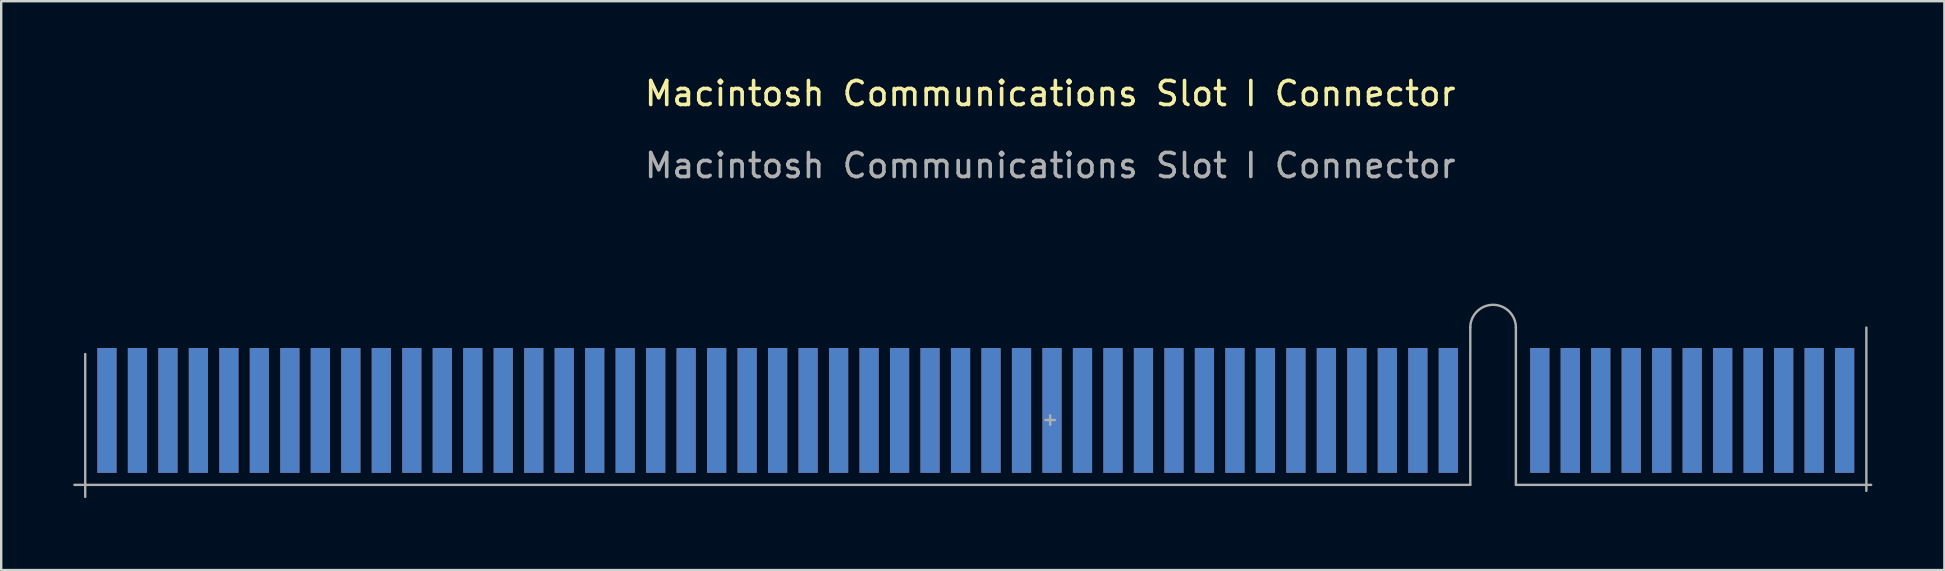
<source format=kicad_pcb>
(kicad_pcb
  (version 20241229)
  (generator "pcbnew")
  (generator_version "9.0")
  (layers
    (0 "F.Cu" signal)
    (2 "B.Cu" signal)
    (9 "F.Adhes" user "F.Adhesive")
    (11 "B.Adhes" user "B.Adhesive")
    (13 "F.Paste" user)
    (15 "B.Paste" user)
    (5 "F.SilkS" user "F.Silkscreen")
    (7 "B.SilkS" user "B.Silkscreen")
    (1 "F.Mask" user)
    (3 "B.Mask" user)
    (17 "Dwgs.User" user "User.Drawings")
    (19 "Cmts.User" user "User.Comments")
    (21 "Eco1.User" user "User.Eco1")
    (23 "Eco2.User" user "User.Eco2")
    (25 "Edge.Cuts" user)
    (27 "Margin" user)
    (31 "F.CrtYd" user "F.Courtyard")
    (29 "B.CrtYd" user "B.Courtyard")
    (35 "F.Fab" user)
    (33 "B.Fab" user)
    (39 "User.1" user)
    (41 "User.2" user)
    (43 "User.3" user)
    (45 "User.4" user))
  (footprint "Macintosh Communications Slot I Connector"
    (layer "F.Cu")
    (at 57.35 16.348)
    (property "Reference" "Macintosh Communications Slot I Connector" (at -16.65 -15.5 0) (unlocked yes) (layer "F.SilkS") (effects (font (size 1 1) (thickness 0.15))))
    (attr smd)
    (fp_rect (start 17.45 0.9) (end -56.95 -5.14) (stroke (width 0.12) (type solid)) (fill yes) (layer "F.Mask"))
    (fp_rect (start 17.45 0.9) (end -56.95 -5.14) (stroke (width 0.12) (type solid)) (fill yes) (layer "B.Mask"))
    (fp_line (start -57.3 0.8) (end 0.85 0.8) (stroke (width 0.1) (type solid)) (layer "F.Fab"))
    (fp_line (start -56.85 1.3) (end -56.85 -4.65) (stroke (width 0.1) (type solid)) (layer "F.Fab"))
    (fp_line (start -16.85 -1.9) (end -16.45 -1.9) (stroke (width 0.1) (type default)) (layer "F.Fab"))
    (fp_line (start -16.65 -2.1) (end -16.65 -1.7) (stroke (width 0.1) (type default)) (layer "F.Fab"))
    (fp_line (start 0.85 0.8) (end 0.85 -5.75) (stroke (width 0.1) (type solid)) (layer "F.Fab"))
    (fp_line (start 2.75 -5.75) (end 2.75 0.8) (stroke (width 0.1) (type solid)) (layer "F.Fab"))
    (fp_line (start 2.75 0.8) (end 17.55 0.8) (stroke (width 0.1) (type solid)) (layer "F.Fab"))
    (fp_line (start 17.35 1.05) (end 17.35 -5.75) (stroke (width 0.1) (type solid)) (layer "F.Fab"))
    (fp_arc (start 0.85 -5.75) (mid 1.8 -6.7) (end 2.75 -5.75) (stroke (width 0.1) (type solid)) (layer "F.Fab"))
    (fp_text user "${REFERENCE}" (at -16.65 -12.5 0) (unlocked yes) (layer "F.Fab") (effects (font (size 1 1) (thickness 0.15))))
    (pad "1" connect rect (at -55.945 -2.3) (size 0.8 5.2) (layers "B.Cu" "B.Mask"))
    (pad "2" connect rect (at -55.945 -2.3) (size 0.8 5.2) (layers "F.Cu" "F.Mask"))
    (pad "3" connect rect (at -54.675 -2.3) (size 0.8 5.2) (layers "B.Cu" "B.Mask"))
    (pad "4" connect rect (at -54.675 -2.3) (size 0.8 5.2) (layers "F.Cu" "F.Mask"))
    (pad "5" connect rect (at -53.405 -2.3) (size 0.8 5.2) (layers "B.Cu" "B.Mask"))
    (pad "6" connect rect (at -53.405 -2.3) (size 0.8 5.2) (layers "F.Cu" "F.Mask"))
    (pad "7" connect rect (at -52.135 -2.3) (size 0.8 5.2) (layers "B.Cu" "B.Mask"))
    (pad "8" connect rect (at -52.135 -2.3) (size 0.8 5.2) (layers "F.Cu" "F.Mask"))
    (pad "9" connect rect (at -50.865 -2.3) (size 0.8 5.2) (layers "B.Cu" "B.Mask"))
    (pad "10" connect rect (at -50.865 -2.3) (size 0.8 5.2) (layers "F.Cu" "F.Mask"))
    (pad "11" connect rect (at -49.595 -2.3) (size 0.8 5.2) (layers "B.Cu" "B.Mask"))
    (pad "12" connect rect (at -49.595 -2.3) (size 0.8 5.2) (layers "F.Cu" "F.Mask"))
    (pad "13" connect rect (at -48.325 -2.3) (size 0.8 5.2) (layers "B.Cu" "B.Mask"))
    (pad "14" connect rect (at -48.325 -2.3) (size 0.8 5.2) (layers "F.Cu" "F.Mask"))
    (pad "15" connect rect (at -47.055 -2.3) (size 0.8 5.2) (layers "B.Cu" "B.Mask"))
    (pad "16" connect rect (at -47.055 -2.3) (size 0.8 5.2) (layers "F.Cu" "F.Mask"))
    (pad "17" connect rect (at -45.785 -2.3) (size 0.8 5.2) (layers "B.Cu" "B.Mask"))
    (pad "18" connect rect (at -45.785 -2.3) (size 0.8 5.2) (layers "F.Cu" "F.Mask"))
    (pad "19" connect rect (at -44.515 -2.3) (size 0.8 5.2) (layers "B.Cu" "B.Mask"))
    (pad "20" connect rect (at -44.515 -2.3) (size 0.8 5.2) (layers "F.Cu" "F.Mask"))
    (pad "21" connect rect (at -43.245 -2.3) (size 0.8 5.2) (layers "B.Cu" "B.Mask"))
    (pad "22" connect rect (at -43.245 -2.3) (size 0.8 5.2) (layers "F.Cu" "F.Mask"))
    (pad "23" connect rect (at -41.975 -2.3) (size 0.8 5.2) (layers "B.Cu" "B.Mask"))
    (pad "24" connect rect (at -41.975 -2.3) (size 0.8 5.2) (layers "F.Cu" "F.Mask"))
    (pad "25" connect rect (at -40.705 -2.3) (size 0.8 5.2) (layers "B.Cu" "B.Mask"))
    (pad "26" connect rect (at -40.705 -2.3) (size 0.8 5.2) (layers "F.Cu" "F.Mask"))
    (pad "27" connect rect (at -39.435 -2.3) (size 0.8 5.2) (layers "B.Cu" "B.Mask"))
    (pad "28" connect rect (at -39.435 -2.3) (size 0.8 5.2) (layers "F.Cu" "F.Mask"))
    (pad "29" connect rect (at -38.165 -2.3) (size 0.8 5.2) (layers "B.Cu" "B.Mask"))
    (pad "30" connect rect (at -38.165 -2.3) (size 0.8 5.2) (layers "F.Cu" "F.Mask"))
    (pad "31" connect rect (at -36.895 -2.3) (size 0.8 5.2) (layers "B.Cu" "B.Mask"))
    (pad "32" connect rect (at -36.895 -2.3) (size 0.8 5.2) (layers "F.Cu" "F.Mask"))
    (pad "33" connect rect (at -35.625 -2.3) (size 0.8 5.2) (layers "B.Cu" "B.Mask"))
    (pad "34" connect rect (at -35.625 -2.3) (size 0.8 5.2) (layers "F.Cu" "F.Mask"))
    (pad "35" connect rect (at -34.355 -2.3) (size 0.8 5.2) (layers "B.Cu" "B.Mask"))
    (pad "36" connect rect (at -34.355 -2.3) (size 0.8 5.2) (layers "F.Cu" "F.Mask"))
    (pad "37" connect rect (at -33.085 -2.3) (size 0.8 5.2) (layers "B.Cu" "B.Mask"))
    (pad "38" connect rect (at -33.085 -2.3) (size 0.8 5.2) (layers "F.Cu" "F.Mask"))
    (pad "39" connect rect (at -31.815 -2.3) (size 0.8 5.2) (layers "B.Cu" "B.Mask"))
    (pad "40" connect rect (at -31.815 -2.3) (size 0.8 5.2) (layers "F.Cu" "F.Mask"))
    (pad "41" connect rect (at -30.545 -2.3) (size 0.8 5.2) (layers "B.Cu" "B.Mask"))
    (pad "42" connect rect (at -30.545 -2.3) (size 0.8 5.2) (layers "F.Cu" "F.Mask"))
    (pad "43" connect rect (at -29.275 -2.3) (size 0.8 5.2) (layers "B.Cu" "B.Mask"))
    (pad "44" connect rect (at -29.275 -2.3) (size 0.8 5.2) (layers "F.Cu" "F.Mask"))
    (pad "45" connect rect (at -28.005 -2.3) (size 0.8 5.2) (layers "B.Cu" "B.Mask"))
    (pad "46" connect rect (at -28.005 -2.3) (size 0.8 5.2) (layers "F.Cu" "F.Mask"))
    (pad "47" connect rect (at -26.735 -2.3) (size 0.8 5.2) (layers "B.Cu" "B.Mask"))
    (pad "48" connect rect (at -26.735 -2.3) (size 0.8 5.2) (layers "F.Cu" "F.Mask"))
    (pad "49" connect rect (at -25.465 -2.3) (size 0.8 5.2) (layers "B.Cu" "B.Mask"))
    (pad "50" connect rect (at -25.465 -2.3) (size 0.8 5.2) (layers "F.Cu" "F.Mask"))
    (pad "51" connect rect (at -24.195 -2.3) (size 0.8 5.2) (layers "B.Cu" "B.Mask"))
    (pad "52" connect rect (at -24.195 -2.3) (size 0.8 5.2) (layers "F.Cu" "F.Mask"))
    (pad "53" connect rect (at -22.925 -2.3) (size 0.8 5.2) (layers "B.Cu" "B.Mask"))
    (pad "54" connect rect (at -22.925 -2.3) (size 0.8 5.2) (layers "F.Cu" "F.Mask"))
    (pad "55" connect rect (at -21.655 -2.3) (size 0.8 5.2) (layers "B.Cu" "B.Mask"))
    (pad "56" connect rect (at -21.655 -2.3) (size 0.8 5.2) (layers "F.Cu" "F.Mask"))
    (pad "57" connect rect (at -20.385 -2.3) (size 0.8 5.2) (layers "B.Cu" "B.Mask"))
    (pad "58" connect rect (at -20.385 -2.3) (size 0.8 5.2) (layers "F.Cu" "F.Mask"))
    (pad "59" connect rect (at -19.115 -2.3) (size 0.8 5.2) (layers "B.Cu" "B.Mask"))
    (pad "60" connect rect (at -19.115 -2.3) (size 0.8 5.2) (layers "F.Cu" "F.Mask"))
    (pad "61" connect rect (at -17.845 -2.3) (size 0.8 5.2) (layers "B.Cu" "B.Mask"))
    (pad "62" connect rect (at -17.845 -2.3) (size 0.8 5.2) (layers "F.Cu" "F.Mask"))
    (pad "63" connect rect (at -16.575 -2.3) (size 0.8 5.2) (layers "B.Cu" "B.Mask"))
    (pad "64" connect rect (at -16.575 -2.3) (size 0.8 5.2) (layers "F.Cu" "F.Mask"))
    (pad "65" connect rect (at -15.305 -2.3) (size 0.8 5.2) (layers "B.Cu" "B.Mask"))
    (pad "66" connect rect (at -15.305 -2.3) (size 0.8 5.2) (layers "F.Cu" "F.Mask"))
    (pad "67" connect rect (at -14.035 -2.3) (size 0.8 5.2) (layers "B.Cu" "B.Mask"))
    (pad "68" connect rect (at -14.035 -2.3) (size 0.8 5.2) (layers "F.Cu" "F.Mask"))
    (pad "69" connect rect (at -12.765 -2.3) (size 0.8 5.2) (layers "B.Cu" "B.Mask"))
    (pad "70" connect rect (at -12.765 -2.3) (size 0.8 5.2) (layers "F.Cu" "F.Mask"))
    (pad "71" connect rect (at -11.495 -2.3) (size 0.8 5.2) (layers "B.Cu" "B.Mask"))
    (pad "72" connect rect (at -11.495 -2.3) (size 0.8 5.2) (layers "F.Cu" "F.Mask"))
    (pad "73" connect rect (at -10.225 -2.3) (size 0.8 5.2) (layers "B.Cu" "B.Mask"))
    (pad "74" connect rect (at -10.225 -2.3) (size 0.8 5.2) (layers "F.Cu" "F.Mask"))
    (pad "75" connect rect (at -8.955 -2.3) (size 0.8 5.2) (layers "B.Cu" "B.Mask"))
    (pad "76" connect rect (at -8.955 -2.3) (size 0.8 5.2) (layers "F.Cu" "F.Mask"))
    (pad "77" connect rect (at -7.685 -2.3) (size 0.8 5.2) (layers "B.Cu" "B.Mask"))
    (pad "78" connect rect (at -7.685 -2.3) (size 0.8 5.2) (layers "F.Cu" "F.Mask"))
    (pad "79" connect rect (at -6.415 -2.3) (size 0.8 5.2) (layers "B.Cu" "B.Mask"))
    (pad "80" connect rect (at -6.415 -2.3) (size 0.8 5.2) (layers "F.Cu" "F.Mask"))
    (pad "81" connect rect (at -5.145 -2.3) (size 0.8 5.2) (layers "B.Cu" "B.Mask"))
    (pad "82" connect rect (at -5.145 -2.3) (size 0.8 5.2) (layers "F.Cu" "F.Mask"))
    (pad "83" connect rect (at -3.875 -2.3) (size 0.8 5.2) (layers "B.Cu" "B.Mask"))
    (pad "84" connect rect (at -3.875 -2.3) (size 0.8 5.2) (layers "F.Cu" "F.Mask"))
    (pad "85" connect rect (at -2.605 -2.3) (size 0.8 5.2) (layers "B.Cu" "B.Mask"))
    (pad "86" connect rect (at -2.605 -2.3) (size 0.8 5.2) (layers "F.Cu" "F.Mask"))
    (pad "87" connect rect (at -1.335 -2.3) (size 0.8 5.2) (layers "B.Cu" "B.Mask"))
    (pad "88" connect rect (at -1.335 -2.3) (size 0.8 5.2) (layers "F.Cu" "F.Mask"))
    (pad "89" connect rect (at -0.065 -2.3) (size 0.8 5.2) (layers "B.Cu" "B.Mask"))
    (pad "90" connect rect (at -0.065 -2.3) (size 0.8 5.2) (layers "F.Cu" "F.Mask"))
    (pad "91" connect rect (at 3.745 -2.3) (size 0.8 5.2) (layers "B.Cu" "B.Mask"))
    (pad "92" connect rect (at 3.745 -2.3) (size 0.8 5.2) (layers "F.Cu" "F.Mask"))
    (pad "93" connect rect (at 5.015 -2.3) (size 0.8 5.2) (layers "B.Cu" "B.Mask"))
    (pad "94" connect rect (at 5.015 -2.3) (size 0.8 5.2) (layers "F.Cu" "F.Mask"))
    (pad "95" connect rect (at 6.285 -2.3) (size 0.8 5.2) (layers "B.Cu" "B.Mask"))
    (pad "96" connect rect (at 6.285 -2.3) (size 0.8 5.2) (layers "F.Cu" "F.Mask"))
    (pad "97" connect rect (at 7.555 -2.3) (size 0.8 5.2) (layers "B.Cu" "B.Mask"))
    (pad "98" connect rect (at 7.555 -2.3) (size 0.8 5.2) (layers "F.Cu" "F.Mask"))
    (pad "99" connect rect (at 8.825 -2.3) (size 0.8 5.2) (layers "B.Cu" "B.Mask"))
    (pad "100" connect rect (at 8.825 -2.3) (size 0.8 5.2) (layers "F.Cu" "F.Mask"))
    (pad "101" connect rect (at 10.095 -2.3) (size 0.8 5.2) (layers "B.Cu" "B.Mask"))
    (pad "102" connect rect (at 10.095 -2.3) (size 0.8 5.2) (layers "F.Cu" "F.Mask"))
    (pad "103" connect rect (at 11.365 -2.3) (size 0.8 5.2) (layers "B.Cu" "B.Mask"))
    (pad "104" connect rect (at 11.365 -2.3) (size 0.8 5.2) (layers "F.Cu" "F.Mask"))
    (pad "105" connect rect (at 12.635 -2.3) (size 0.8 5.2) (layers "B.Cu" "B.Mask"))
    (pad "106" connect rect (at 12.635 -2.3) (size 0.8 5.2) (layers "F.Cu" "F.Mask"))
    (pad "107" connect rect (at 13.905 -2.3) (size 0.8 5.2) (layers "B.Cu" "B.Mask"))
    (pad "108" connect rect (at 13.905 -2.3) (size 0.8 5.2) (layers "F.Cu" "F.Mask"))
    (pad "109" connect rect (at 15.175 -2.3) (size 0.8 5.2) (layers "B.Cu" "B.Mask"))
    (pad "110" connect rect (at 15.175 -2.3) (size 0.8 5.2) (layers "F.Cu" "F.Mask"))
    (pad "111" connect rect (at 16.445 -2.3) (size 0.8 5.2) (layers "B.Cu" "B.Mask"))
    (pad "112" connect rect (at 16.445 -2.3) (size 0.8 5.2) (layers "F.Cu" "F.Mask")))
  (gr_rect
    (start -3 -3)
    (end 77.95 20.698)
    (stroke (width 0.1) (type default))
    (fill no)
    (layer "Edge.Cuts")))
</source>
